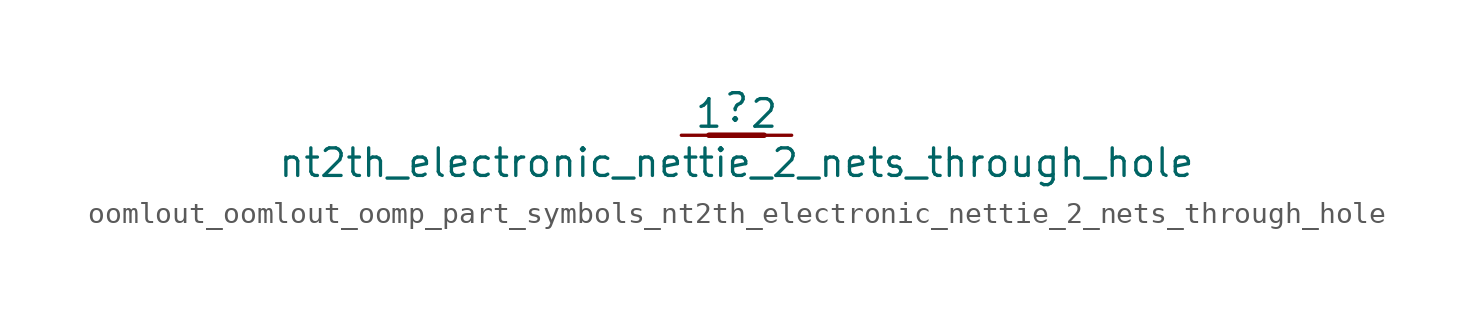
<source format=kicad_sym>
(kicad_symbol_lib
  (version 20220914)
  (generator kicad_symbol_editor)
  (symbol "oomlout_oomlout_oomp_part_symbols_nt2th_electronic_nettie_2_nets_through_hole"
    (pin_numbers hide)
    (pin_names
      (offset 0))
    (property "Reference" ""
      (at 0 1.27 0)
      (effects (font (size 1.27 1.27))))
    (property "Value" "nt2th_electronic_nettie_2_nets_through_hole"
      (at 0 -1.27 0)
      (effects (font (size 1.27 1.27))))
    (symbol "oomlout_oomlout_oomp_part_symbols_nt2th_electronic_nettie_2_nets_through_hole_0_1"
      (polyline (pts (xy -1.27 0) (xy 1.27 0)) (stroke (width 0.254) (type default)) (fill (type none))))
    (symbol "oomlout_oomlout_oomp_part_symbols_nt2th_electronic_nettie_2_nets_through_hole_1_1"
      (pin passive line (at -2.54 0 0) (length 2.54) (name "1" (effects (font (size 1.27 1.27)))) (number "1" (effects (font (size 1.27 1.27)))))
      (pin passive line (at 2.54 0 180) (length 2.54) (name "2" (effects (font (size 1.27 1.27)))) (number "2" (effects (font (size 1.27 1.27))))))))
</source>
